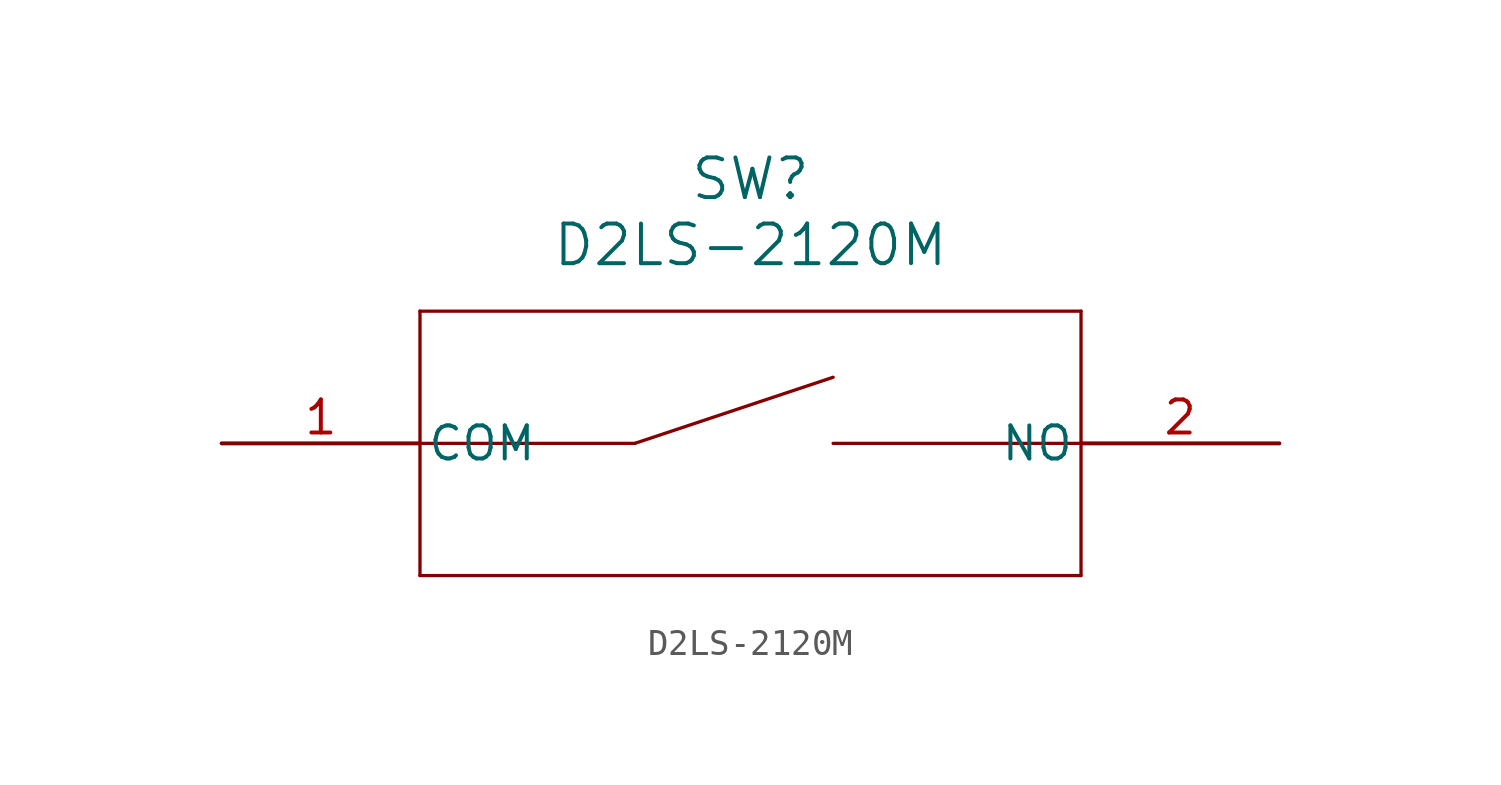
<source format=kicad_sym>
(kicad_symbol_lib
  (version 20211014)
  (generator kicad_symbol_editor)
  (symbol "D2LS-2120M"
    (pin_names
      (offset 0.254))
    (property "Reference" "SW"
      (at 20.32 10.16 0)
      (effects (font (size 1.524 1.524))))
    (property "Value" "D2LS-2120M"
      (at 20.32 7.62 0)
      (effects (font (size 1.524 1.524))))
    (symbol "D2LS-2120M_0_1"
      (polyline (pts (xy 7.62 5.08) (xy 7.62 -5.08)) (stroke (width 0.127) (type default) (color 0 0 0 0)) (fill (type none)))
      (polyline (pts (xy 7.62 -5.08) (xy 33.02 -5.08)) (stroke (width 0.127) (type default) (color 0 0 0 0)) (fill (type none)))
      (polyline (pts (xy 33.02 -5.08) (xy 33.02 5.08)) (stroke (width 0.127) (type default) (color 0 0 0 0)) (fill (type none)))
      (polyline (pts (xy 33.02 5.08) (xy 7.62 5.08)) (stroke (width 0.127) (type default) (color 0 0 0 0)) (fill (type none)))
      (polyline (pts (xy 7.62 0) (xy 15.875 0)) (stroke (width 0.127) (type default) (color 0 0 0 0)) (fill (type none)))
      (polyline (pts (xy 23.495 0) (xy 33.02 0)) (stroke (width 0.127) (type default) (color 0 0 0 0)) (fill (type none)))
      (polyline (pts (xy 15.875 0) (xy 23.495 2.54)) (stroke (width 0.127) (type default) (color 0 0 0 0)) (fill (type none)))
      (pin unspecified line (at 0 0 0) (length 7.62) (name "COM" (effects (font (size 1.27 1.27)))) (number "1" (effects (font (size 1.27 1.27)))))
      (pin unspecified line (at 40.64 0 180) (length 7.62) (name "NO" (effects (font (size 1.27 1.27)))) (number "2" (effects (font (size 1.27 1.27))))))))
</source>
